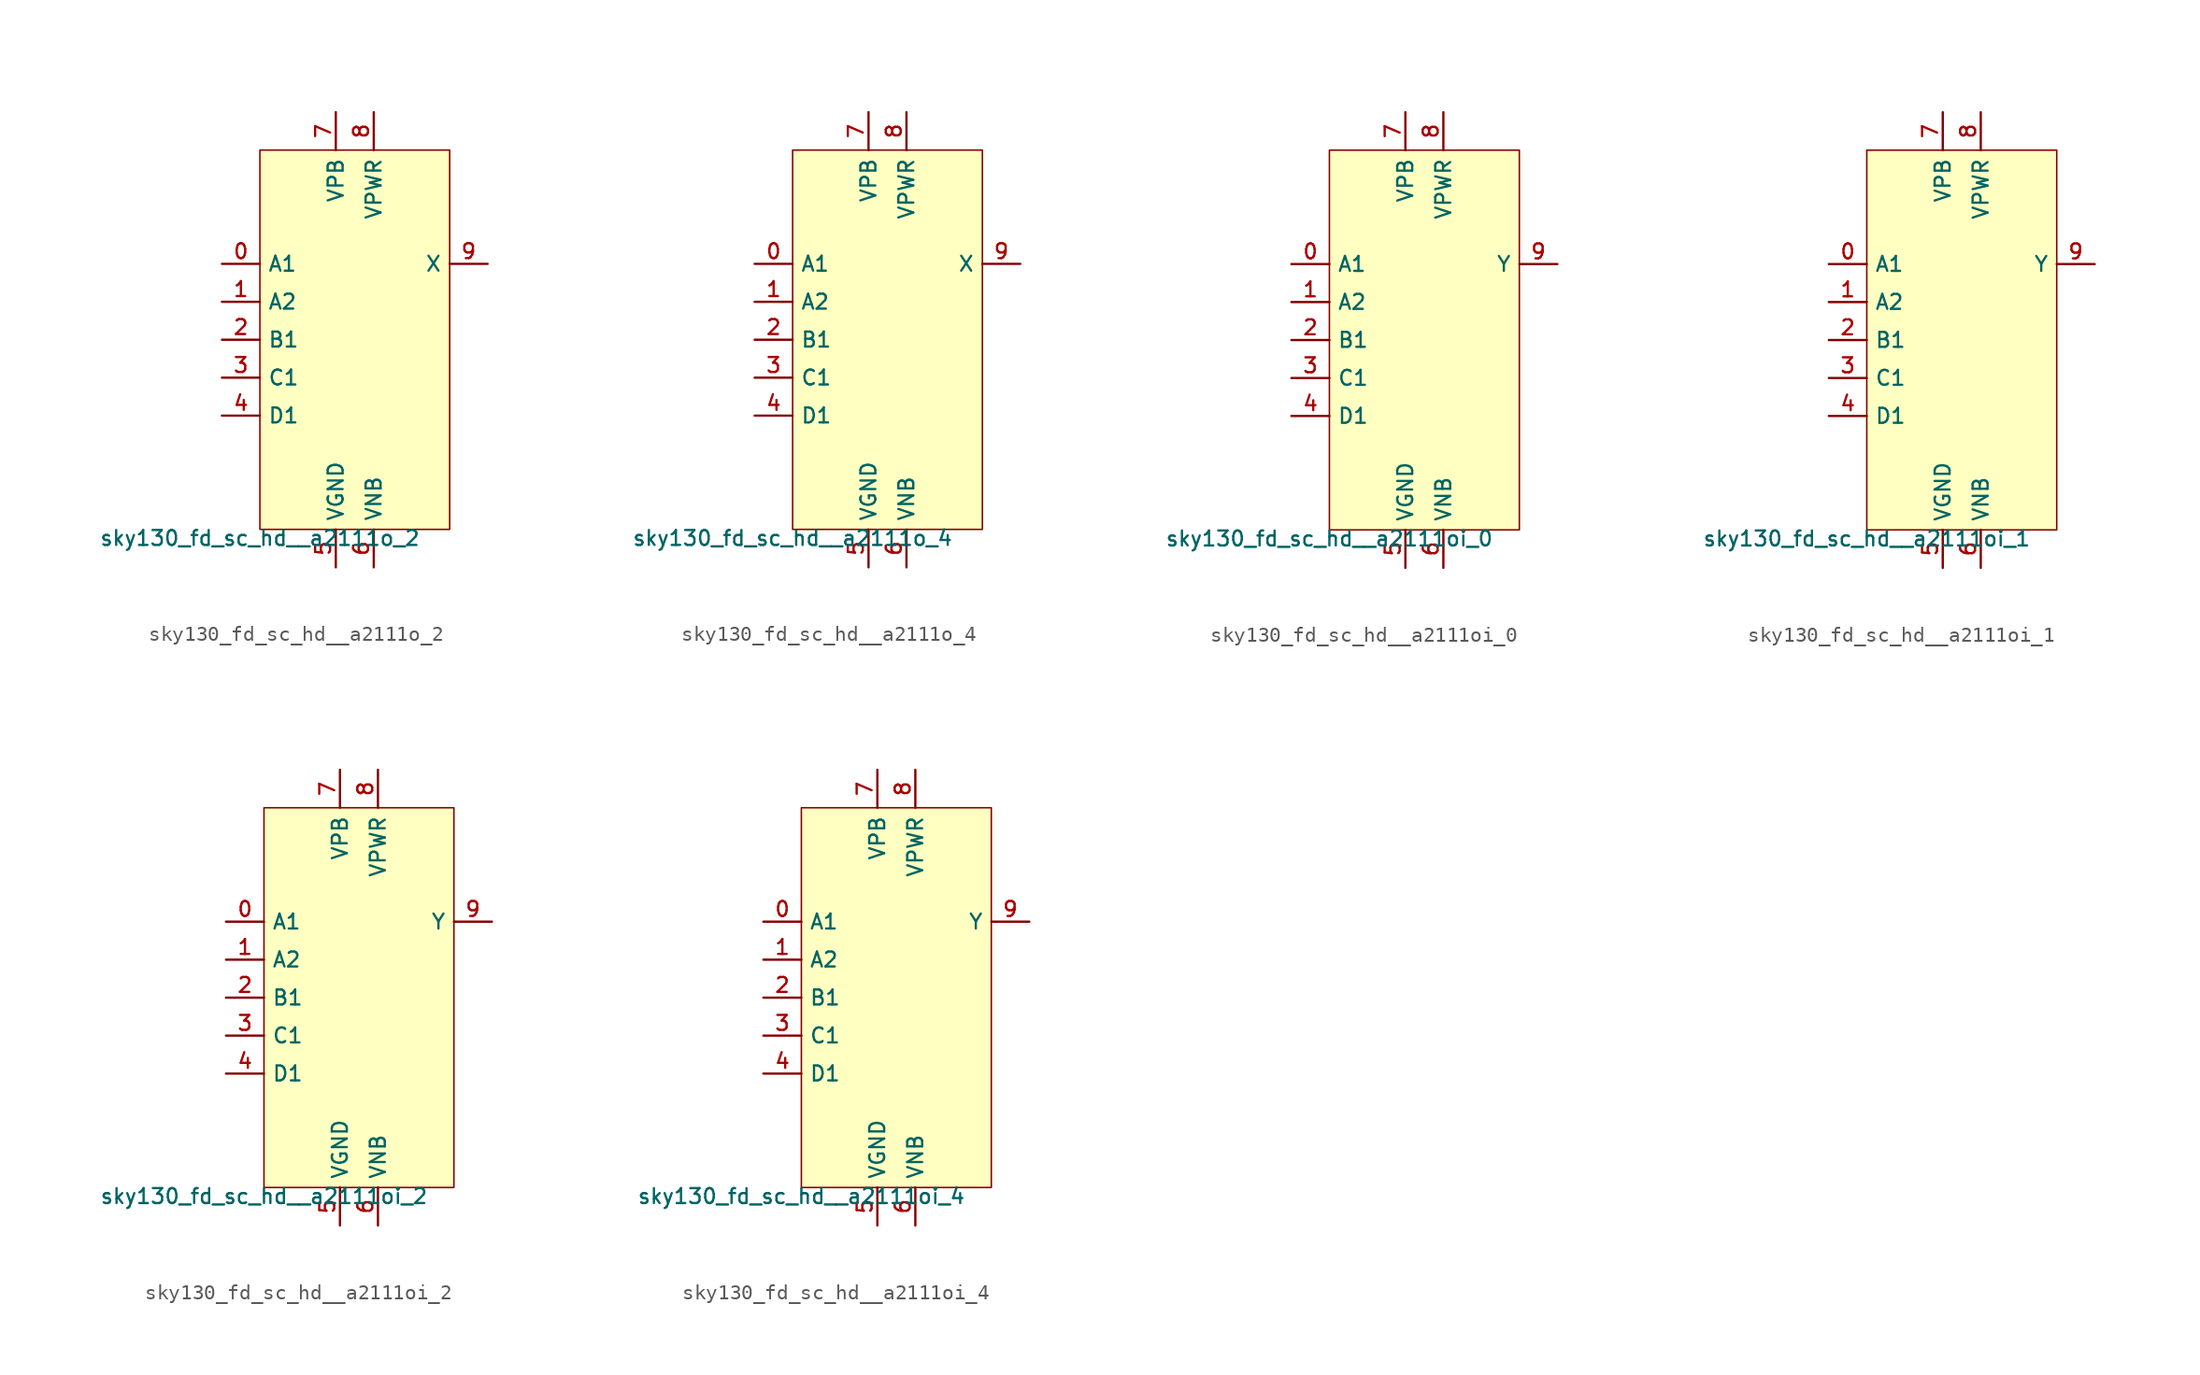
<source format=kicad_sym>
(kicad_symbol_lib
  (version 20211014)
  (generator lef2kicad_sym)
  (symbol "sky130_fd_sc_hd__a2111o_2"
    (property "Reference" "X"
      (at 0 0 0)
      (effects (font (size 1 1)) hide))
    (property "Value" "sky130_fd_sc_hd__a2111o_2"
      (at -6.35 -12.7 0)
      (effects (font (size 1 1)) (justify top)))
    (rectangle
      (start -6.35 -12.7)
      (end 6.35 12.7)
      (stroke (width 0.1) (type solid) (color 0 0 0 0))
      (fill (type background)))
    (pin input line
      (at -8.89 5.08 0)
      (length 2.54)
      (name "A1" (effects (font (size 1 1)) hide))
      (number "0" (effects (font (size 1 1)) hide)))
    (pin input line
      (at -8.89 2.54 0)
      (length 2.54)
      (name "A2" (effects (font (size 1 1)) hide))
      (number "1" (effects (font (size 1 1)) hide)))
    (pin input line
      (at -8.89 -8.881784197001252e-16 0)
      (length 2.54)
      (name "B1" (effects (font (size 1 1)) hide))
      (number "2" (effects (font (size 1 1)) hide)))
    (pin input line
      (at -8.89 -2.54 0)
      (length 2.54)
      (name "C1" (effects (font (size 1 1)) hide))
      (number "3" (effects (font (size 1 1)) hide)))
    (pin input line
      (at -8.89 -5.08 0)
      (length 2.54)
      (name "D1" (effects (font (size 1 1)) hide))
      (number "4" (effects (font (size 1 1)) hide)))
    (pin power_in line
      (at -1.27 -15.24 90)
      (length 2.54)
      (name "VGND" (effects (font (size 1 1)) hide))
      (number "5" (effects (font (size 1 1)) hide)))
    (pin power_in line
      (at 1.27 -15.24 90)
      (length 2.54)
      (name "VNB" (effects (font (size 1 1)) hide))
      (number "6" (effects (font (size 1 1)) hide)))
    (pin power_in line
      (at -1.27 15.24 270)
      (length 2.54)
      (name "VPB" (effects (font (size 1 1)) hide))
      (number "7" (effects (font (size 1 1)) hide)))
    (pin power_in line
      (at 1.27 15.24 270)
      (length 2.54)
      (name "VPWR" (effects (font (size 1 1)) hide))
      (number "8" (effects (font (size 1 1)) hide)))
    (pin output line
      (at 8.89 5.08 180)
      (length 2.54)
      (name "X" (effects (font (size 1 1)) hide))
      (number "9" (effects (font (size 1 1)) hide))))
  (symbol "sky130_fd_sc_hd__a2111o_4"
    (property "Reference" "X"
      (at 0 0 0)
      (effects (font (size 1 1)) hide))
    (property "Value" "sky130_fd_sc_hd__a2111o_4"
      (at -6.35 -12.7 0)
      (effects (font (size 1 1)) (justify top)))
    (rectangle
      (start -6.35 -12.7)
      (end 6.35 12.7)
      (stroke (width 0.1) (type solid) (color 0 0 0 0))
      (fill (type background)))
    (pin input line
      (at -8.89 5.08 0)
      (length 2.54)
      (name "A1" (effects (font (size 1 1)) hide))
      (number "0" (effects (font (size 1 1)) hide)))
    (pin input line
      (at -8.89 2.54 0)
      (length 2.54)
      (name "A2" (effects (font (size 1 1)) hide))
      (number "1" (effects (font (size 1 1)) hide)))
    (pin input line
      (at -8.89 -8.881784197001252e-16 0)
      (length 2.54)
      (name "B1" (effects (font (size 1 1)) hide))
      (number "2" (effects (font (size 1 1)) hide)))
    (pin input line
      (at -8.89 -2.54 0)
      (length 2.54)
      (name "C1" (effects (font (size 1 1)) hide))
      (number "3" (effects (font (size 1 1)) hide)))
    (pin input line
      (at -8.89 -5.08 0)
      (length 2.54)
      (name "D1" (effects (font (size 1 1)) hide))
      (number "4" (effects (font (size 1 1)) hide)))
    (pin power_in line
      (at -1.27 -15.24 90)
      (length 2.54)
      (name "VGND" (effects (font (size 1 1)) hide))
      (number "5" (effects (font (size 1 1)) hide)))
    (pin power_in line
      (at 1.27 -15.24 90)
      (length 2.54)
      (name "VNB" (effects (font (size 1 1)) hide))
      (number "6" (effects (font (size 1 1)) hide)))
    (pin power_in line
      (at -1.27 15.24 270)
      (length 2.54)
      (name "VPB" (effects (font (size 1 1)) hide))
      (number "7" (effects (font (size 1 1)) hide)))
    (pin power_in line
      (at 1.27 15.24 270)
      (length 2.54)
      (name "VPWR" (effects (font (size 1 1)) hide))
      (number "8" (effects (font (size 1 1)) hide)))
    (pin output line
      (at 8.89 5.08 180)
      (length 2.54)
      (name "X" (effects (font (size 1 1)) hide))
      (number "9" (effects (font (size 1 1)) hide))))
  (symbol "sky130_fd_sc_hd__a2111oi_0"
    (property "Reference" "X"
      (at 0 0 0)
      (effects (font (size 1 1)) hide))
    (property "Value" "sky130_fd_sc_hd__a2111oi_0"
      (at -6.35 -12.7 0)
      (effects (font (size 1 1)) (justify top)))
    (rectangle
      (start -6.35 -12.7)
      (end 6.35 12.7)
      (stroke (width 0.1) (type solid) (color 0 0 0 0))
      (fill (type background)))
    (pin input line
      (at -8.89 5.08 0)
      (length 2.54)
      (name "A1" (effects (font (size 1 1)) hide))
      (number "0" (effects (font (size 1 1)) hide)))
    (pin input line
      (at -8.89 2.54 0)
      (length 2.54)
      (name "A2" (effects (font (size 1 1)) hide))
      (number "1" (effects (font (size 1 1)) hide)))
    (pin input line
      (at -8.89 -8.881784197001252e-16 0)
      (length 2.54)
      (name "B1" (effects (font (size 1 1)) hide))
      (number "2" (effects (font (size 1 1)) hide)))
    (pin input line
      (at -8.89 -2.54 0)
      (length 2.54)
      (name "C1" (effects (font (size 1 1)) hide))
      (number "3" (effects (font (size 1 1)) hide)))
    (pin input line
      (at -8.89 -5.08 0)
      (length 2.54)
      (name "D1" (effects (font (size 1 1)) hide))
      (number "4" (effects (font (size 1 1)) hide)))
    (pin power_in line
      (at -1.27 -15.24 90)
      (length 2.54)
      (name "VGND" (effects (font (size 1 1)) hide))
      (number "5" (effects (font (size 1 1)) hide)))
    (pin power_in line
      (at 1.27 -15.24 90)
      (length 2.54)
      (name "VNB" (effects (font (size 1 1)) hide))
      (number "6" (effects (font (size 1 1)) hide)))
    (pin power_in line
      (at -1.27 15.24 270)
      (length 2.54)
      (name "VPB" (effects (font (size 1 1)) hide))
      (number "7" (effects (font (size 1 1)) hide)))
    (pin power_in line
      (at 1.27 15.24 270)
      (length 2.54)
      (name "VPWR" (effects (font (size 1 1)) hide))
      (number "8" (effects (font (size 1 1)) hide)))
    (pin output line
      (at 8.89 5.08 180)
      (length 2.54)
      (name "Y" (effects (font (size 1 1)) hide))
      (number "9" (effects (font (size 1 1)) hide))))
  (symbol "sky130_fd_sc_hd__a2111oi_1"
    (property "Reference" "X"
      (at 0 0 0)
      (effects (font (size 1 1)) hide))
    (property "Value" "sky130_fd_sc_hd__a2111oi_1"
      (at -6.35 -12.7 0)
      (effects (font (size 1 1)) (justify top)))
    (rectangle
      (start -6.35 -12.7)
      (end 6.35 12.7)
      (stroke (width 0.1) (type solid) (color 0 0 0 0))
      (fill (type background)))
    (pin input line
      (at -8.89 5.08 0)
      (length 2.54)
      (name "A1" (effects (font (size 1 1)) hide))
      (number "0" (effects (font (size 1 1)) hide)))
    (pin input line
      (at -8.89 2.54 0)
      (length 2.54)
      (name "A2" (effects (font (size 1 1)) hide))
      (number "1" (effects (font (size 1 1)) hide)))
    (pin input line
      (at -8.89 -8.881784197001252e-16 0)
      (length 2.54)
      (name "B1" (effects (font (size 1 1)) hide))
      (number "2" (effects (font (size 1 1)) hide)))
    (pin input line
      (at -8.89 -2.54 0)
      (length 2.54)
      (name "C1" (effects (font (size 1 1)) hide))
      (number "3" (effects (font (size 1 1)) hide)))
    (pin input line
      (at -8.89 -5.08 0)
      (length 2.54)
      (name "D1" (effects (font (size 1 1)) hide))
      (number "4" (effects (font (size 1 1)) hide)))
    (pin power_in line
      (at -1.27 -15.24 90)
      (length 2.54)
      (name "VGND" (effects (font (size 1 1)) hide))
      (number "5" (effects (font (size 1 1)) hide)))
    (pin power_in line
      (at 1.27 -15.24 90)
      (length 2.54)
      (name "VNB" (effects (font (size 1 1)) hide))
      (number "6" (effects (font (size 1 1)) hide)))
    (pin power_in line
      (at -1.27 15.24 270)
      (length 2.54)
      (name "VPB" (effects (font (size 1 1)) hide))
      (number "7" (effects (font (size 1 1)) hide)))
    (pin power_in line
      (at 1.27 15.24 270)
      (length 2.54)
      (name "VPWR" (effects (font (size 1 1)) hide))
      (number "8" (effects (font (size 1 1)) hide)))
    (pin output line
      (at 8.89 5.08 180)
      (length 2.54)
      (name "Y" (effects (font (size 1 1)) hide))
      (number "9" (effects (font (size 1 1)) hide))))
  (symbol "sky130_fd_sc_hd__a2111oi_2"
    (property "Reference" "X"
      (at 0 0 0)
      (effects (font (size 1 1)) hide))
    (property "Value" "sky130_fd_sc_hd__a2111oi_2"
      (at -6.35 -12.7 0)
      (effects (font (size 1 1)) (justify top)))
    (rectangle
      (start -6.35 -12.7)
      (end 6.35 12.7)
      (stroke (width 0.1) (type solid) (color 0 0 0 0))
      (fill (type background)))
    (pin input line
      (at -8.89 5.08 0)
      (length 2.54)
      (name "A1" (effects (font (size 1 1)) hide))
      (number "0" (effects (font (size 1 1)) hide)))
    (pin input line
      (at -8.89 2.54 0)
      (length 2.54)
      (name "A2" (effects (font (size 1 1)) hide))
      (number "1" (effects (font (size 1 1)) hide)))
    (pin input line
      (at -8.89 -8.881784197001252e-16 0)
      (length 2.54)
      (name "B1" (effects (font (size 1 1)) hide))
      (number "2" (effects (font (size 1 1)) hide)))
    (pin input line
      (at -8.89 -2.54 0)
      (length 2.54)
      (name "C1" (effects (font (size 1 1)) hide))
      (number "3" (effects (font (size 1 1)) hide)))
    (pin input line
      (at -8.89 -5.08 0)
      (length 2.54)
      (name "D1" (effects (font (size 1 1)) hide))
      (number "4" (effects (font (size 1 1)) hide)))
    (pin power_in line
      (at -1.27 -15.24 90)
      (length 2.54)
      (name "VGND" (effects (font (size 1 1)) hide))
      (number "5" (effects (font (size 1 1)) hide)))
    (pin power_in line
      (at 1.27 -15.24 90)
      (length 2.54)
      (name "VNB" (effects (font (size 1 1)) hide))
      (number "6" (effects (font (size 1 1)) hide)))
    (pin power_in line
      (at -1.27 15.24 270)
      (length 2.54)
      (name "VPB" (effects (font (size 1 1)) hide))
      (number "7" (effects (font (size 1 1)) hide)))
    (pin power_in line
      (at 1.27 15.24 270)
      (length 2.54)
      (name "VPWR" (effects (font (size 1 1)) hide))
      (number "8" (effects (font (size 1 1)) hide)))
    (pin output line
      (at 8.89 5.08 180)
      (length 2.54)
      (name "Y" (effects (font (size 1 1)) hide))
      (number "9" (effects (font (size 1 1)) hide))))
  (symbol "sky130_fd_sc_hd__a2111oi_4"
    (property "Reference" "X"
      (at 0 0 0)
      (effects (font (size 1 1)) hide))
    (property "Value" "sky130_fd_sc_hd__a2111oi_4"
      (at -6.35 -12.7 0)
      (effects (font (size 1 1)) (justify top)))
    (rectangle
      (start -6.35 -12.7)
      (end 6.35 12.7)
      (stroke (width 0.1) (type solid) (color 0 0 0 0))
      (fill (type background)))
    (pin input line
      (at -8.89 5.08 0)
      (length 2.54)
      (name "A1" (effects (font (size 1 1)) hide))
      (number "0" (effects (font (size 1 1)) hide)))
    (pin input line
      (at -8.89 2.54 0)
      (length 2.54)
      (name "A2" (effects (font (size 1 1)) hide))
      (number "1" (effects (font (size 1 1)) hide)))
    (pin input line
      (at -8.89 -8.881784197001252e-16 0)
      (length 2.54)
      (name "B1" (effects (font (size 1 1)) hide))
      (number "2" (effects (font (size 1 1)) hide)))
    (pin input line
      (at -8.89 -2.54 0)
      (length 2.54)
      (name "C1" (effects (font (size 1 1)) hide))
      (number "3" (effects (font (size 1 1)) hide)))
    (pin input line
      (at -8.89 -5.08 0)
      (length 2.54)
      (name "D1" (effects (font (size 1 1)) hide))
      (number "4" (effects (font (size 1 1)) hide)))
    (pin power_in line
      (at -1.27 -15.24 90)
      (length 2.54)
      (name "VGND" (effects (font (size 1 1)) hide))
      (number "5" (effects (font (size 1 1)) hide)))
    (pin power_in line
      (at 1.27 -15.24 90)
      (length 2.54)
      (name "VNB" (effects (font (size 1 1)) hide))
      (number "6" (effects (font (size 1 1)) hide)))
    (pin power_in line
      (at -1.27 15.24 270)
      (length 2.54)
      (name "VPB" (effects (font (size 1 1)) hide))
      (number "7" (effects (font (size 1 1)) hide)))
    (pin power_in line
      (at 1.27 15.24 270)
      (length 2.54)
      (name "VPWR" (effects (font (size 1 1)) hide))
      (number "8" (effects (font (size 1 1)) hide)))
    (pin output line
      (at 8.89 5.08 180)
      (length 2.54)
      (name "Y" (effects (font (size 1 1)) hide))
      (number "9" (effects (font (size 1 1)) hide)))))
</source>
